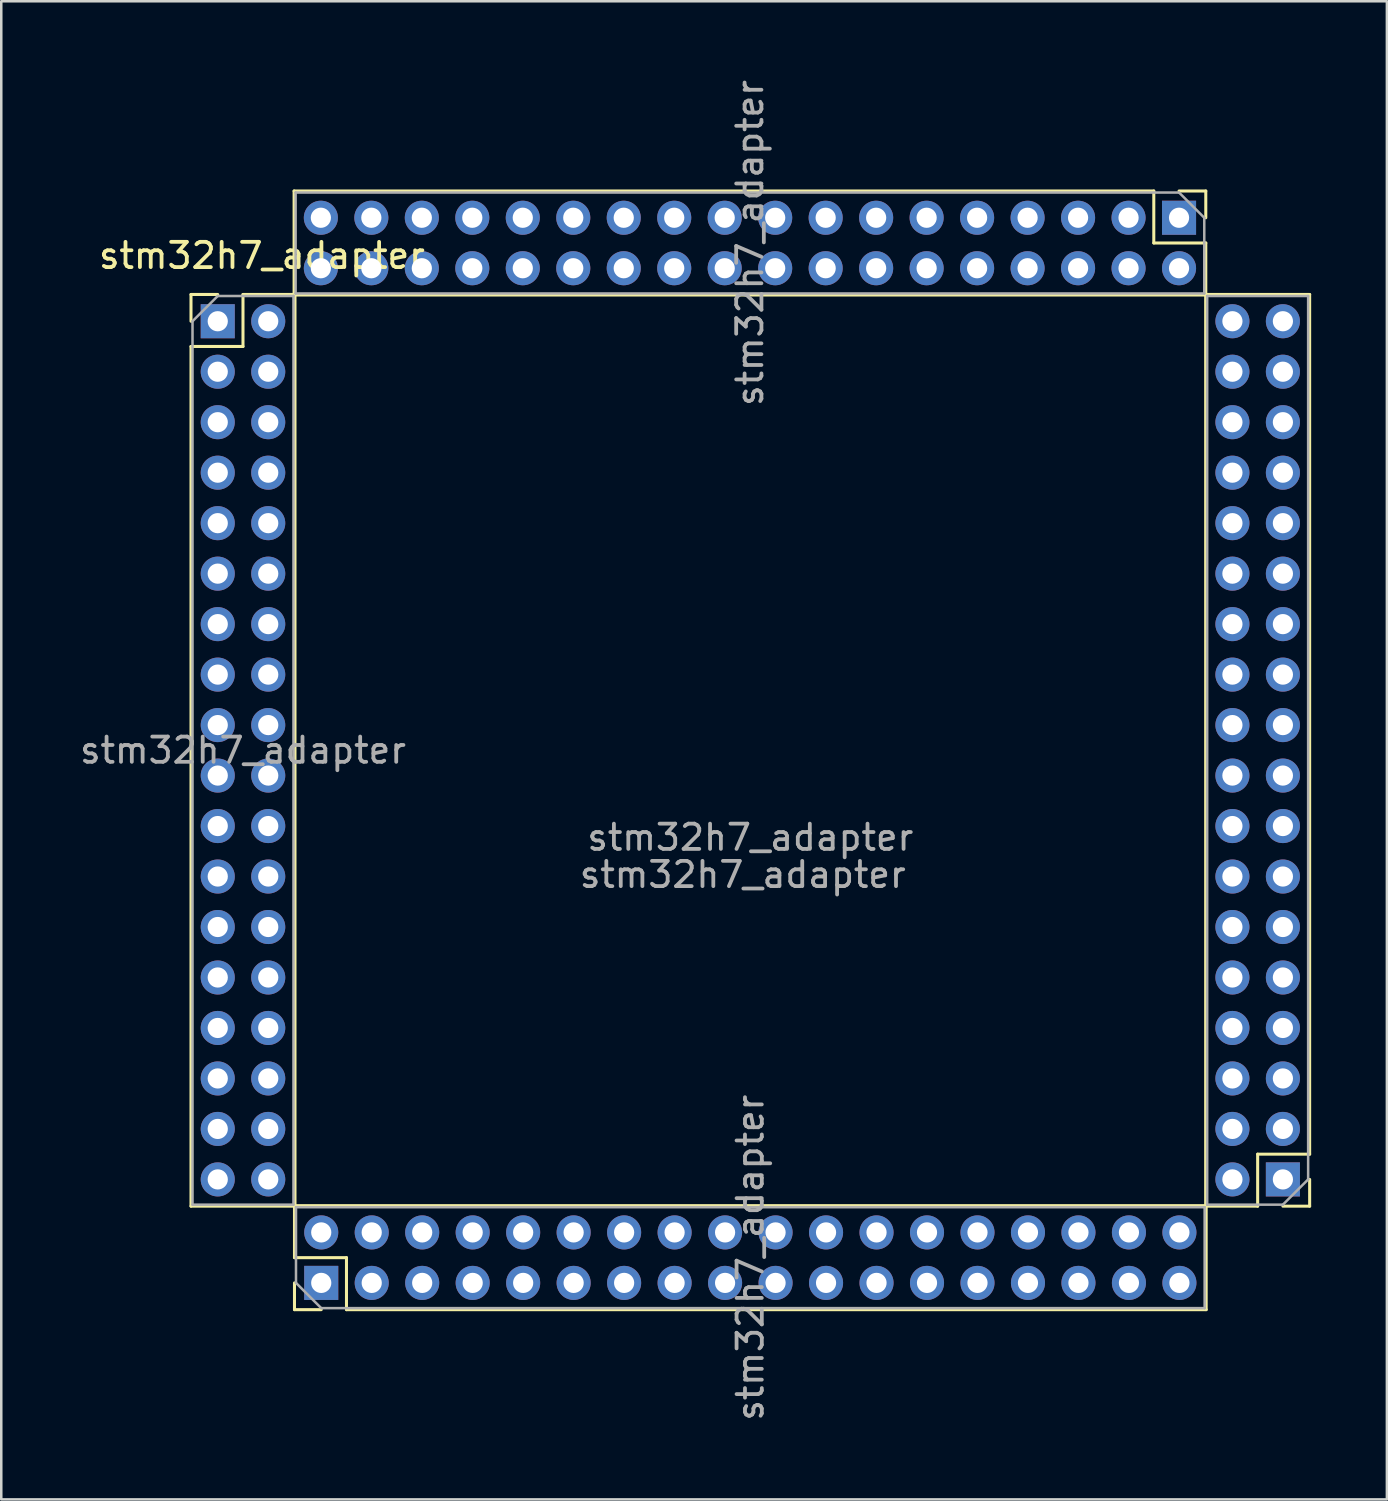
<source format=kicad_pcb>
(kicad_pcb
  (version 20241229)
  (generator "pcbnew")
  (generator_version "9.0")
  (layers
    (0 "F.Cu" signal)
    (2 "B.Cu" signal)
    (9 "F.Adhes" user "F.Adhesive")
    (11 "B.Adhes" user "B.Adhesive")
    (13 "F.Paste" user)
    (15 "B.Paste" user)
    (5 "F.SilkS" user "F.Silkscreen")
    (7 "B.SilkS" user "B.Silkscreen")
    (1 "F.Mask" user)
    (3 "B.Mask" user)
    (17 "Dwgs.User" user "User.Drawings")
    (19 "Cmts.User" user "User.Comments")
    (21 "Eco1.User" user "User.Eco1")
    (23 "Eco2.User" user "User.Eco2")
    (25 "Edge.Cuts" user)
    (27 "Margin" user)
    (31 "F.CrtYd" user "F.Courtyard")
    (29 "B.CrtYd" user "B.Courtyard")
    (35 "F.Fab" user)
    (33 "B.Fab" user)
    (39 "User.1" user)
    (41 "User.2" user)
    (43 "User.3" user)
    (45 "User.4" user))
  (footprint "stm32h7_adapter"
    (layer "F.Cu")
    (at 26.677 27.627)
    (property "Reference" "stm32h7_adapter" (at -19.35 -20.55 0) (unlocked yes) (layer "F.SilkS") (effects (font (size 1 1) (thickness 0.15))))
    (fp_line (start -22.16 -19.01) (end -21.1 -19.01) (stroke (width 0.12) (type solid)) (layer "F.SilkS"))
    (fp_line (start -22.16 -17.95) (end -22.16 -19.01) (stroke (width 0.12) (type solid)) (layer "F.SilkS"))
    (fp_line (start -22.16 -16.95) (end -22.16 17.11) (stroke (width 0.12) (type solid)) (layer "F.SilkS"))
    (fp_line (start -22.16 -16.95) (end -20.1 -16.95) (stroke (width 0.12) (type solid)) (layer "F.SilkS"))
    (fp_line (start -22.16 17.11) (end -18.04 17.11) (stroke (width 0.12) (type solid)) (layer "F.SilkS"))
    (fp_line (start -20.1 -19.01) (end -18.04 -19.01) (stroke (width 0.12) (type solid)) (layer "F.SilkS"))
    (fp_line (start -20.1 -16.95) (end -20.1 -19.01) (stroke (width 0.12) (type solid)) (layer "F.SilkS"))
    (fp_line (start -18.075 -23.11) (end -18.075 -18.99) (stroke (width 0.12) (type solid)) (layer "F.SilkS"))
    (fp_line (start -18.06 17.09) (end 18.06 17.09) (stroke (width 0.12) (type solid)) (layer "F.SilkS"))
    (fp_line (start -18.06 19.15) (end -18.06 17.09) (stroke (width 0.12) (type solid)) (layer "F.SilkS"))
    (fp_line (start -18.06 21.21) (end -18.06 20.15) (stroke (width 0.12) (type solid)) (layer "F.SilkS"))
    (fp_line (start -18.04 -19.01) (end -18.04 17.11) (stroke (width 0.12) (type solid)) (layer "F.SilkS"))
    (fp_line (start -17 21.21) (end -18.06 21.21) (stroke (width 0.12) (type solid)) (layer "F.SilkS"))
    (fp_line (start -16 19.15) (end -18.06 19.15) (stroke (width 0.12) (type solid)) (layer "F.SilkS"))
    (fp_line (start -16 21.21) (end -16 19.15) (stroke (width 0.12) (type solid)) (layer "F.SilkS"))
    (fp_line (start -16 21.21) (end 18.06 21.21) (stroke (width 0.12) (type solid)) (layer "F.SilkS"))
    (fp_line (start 15.985 -23.11) (end -18.075 -23.11) (stroke (width 0.12) (type solid)) (layer "F.SilkS"))
    (fp_line (start 15.985 -23.11) (end 15.985 -21.05) (stroke (width 0.12) (type solid)) (layer "F.SilkS"))
    (fp_line (start 15.985 -21.05) (end 18.045 -21.05) (stroke (width 0.12) (type solid)) (layer "F.SilkS"))
    (fp_line (start 16.985 -23.11) (end 18.045 -23.11) (stroke (width 0.12) (type solid)) (layer "F.SilkS"))
    (fp_line (start 18.04 17.11) (end 18.04 -19.01) (stroke (width 0.12) (type solid)) (layer "F.SilkS"))
    (fp_line (start 18.045 -23.11) (end 18.045 -22.05) (stroke (width 0.12) (type solid)) (layer "F.SilkS"))
    (fp_line (start 18.045 -21.05) (end 18.045 -18.99) (stroke (width 0.12) (type solid)) (layer "F.SilkS"))
    (fp_line (start 18.045 -18.99) (end -18.075 -18.99) (stroke (width 0.12) (type solid)) (layer "F.SilkS"))
    (fp_line (start 18.06 21.21) (end 18.06 17.09) (stroke (width 0.12) (type solid)) (layer "F.SilkS"))
    (fp_line (start 20.1 15.05) (end 20.1 17.11) (stroke (width 0.12) (type solid)) (layer "F.SilkS"))
    (fp_line (start 20.1 17.11) (end 18.04 17.11) (stroke (width 0.12) (type solid)) (layer "F.SilkS"))
    (fp_line (start 22.16 -19.01) (end 18.04 -19.01) (stroke (width 0.12) (type solid)) (layer "F.SilkS"))
    (fp_line (start 22.16 15.05) (end 20.1 15.05) (stroke (width 0.12) (type solid)) (layer "F.SilkS"))
    (fp_line (start 22.16 15.05) (end 22.16 -19.01) (stroke (width 0.12) (type solid)) (layer "F.SilkS"))
    (fp_line (start 22.16 16.05) (end 22.16 17.11) (stroke (width 0.12) (type solid)) (layer "F.SilkS"))
    (fp_line (start 22.16 17.11) (end 21.1 17.11) (stroke (width 0.12) (type solid)) (layer "F.SilkS"))
    (fp_line (start -22.1 -17.95) (end -21.1 -18.95) (stroke (width 0.1) (type solid)) (layer "F.Fab"))
    (fp_line (start -22.1 17.05) (end -22.1 -17.95) (stroke (width 0.1) (type solid)) (layer "F.Fab"))
    (fp_line (start -21.1 -18.95) (end -18.1 -18.95) (stroke (width 0.1) (type solid)) (layer "F.Fab"))
    (fp_line (start -18.1 -18.95) (end -18.1 17.05) (stroke (width 0.1) (type solid)) (layer "F.Fab"))
    (fp_line (start -18.1 17.05) (end -22.1 17.05) (stroke (width 0.1) (type solid)) (layer "F.Fab"))
    (fp_line (start -18.015 -23.05) (end 16.985 -23.05) (stroke (width 0.1) (type solid)) (layer "F.Fab"))
    (fp_line (start -18.015 -19.05) (end -18.015 -23.05) (stroke (width 0.1) (type solid)) (layer "F.Fab"))
    (fp_line (start -18 17.15) (end 18 17.15) (stroke (width 0.1) (type solid)) (layer "F.Fab"))
    (fp_line (start -18 20.15) (end -18 17.15) (stroke (width 0.1) (type solid)) (layer "F.Fab"))
    (fp_line (start -17 21.15) (end -18 20.15) (stroke (width 0.1) (type solid)) (layer "F.Fab"))
    (fp_line (start 16.985 -23.05) (end 17.985 -22.05) (stroke (width 0.1) (type solid)) (layer "F.Fab"))
    (fp_line (start 17.985 -22.05) (end 17.985 -19.05) (stroke (width 0.1) (type solid)) (layer "F.Fab"))
    (fp_line (start 17.985 -19.05) (end -18.015 -19.05) (stroke (width 0.1) (type solid)) (layer "F.Fab"))
    (fp_line (start 18 17.15) (end 18 21.15) (stroke (width 0.1) (type solid)) (layer "F.Fab"))
    (fp_line (start 18 21.15) (end -17 21.15) (stroke (width 0.1) (type solid)) (layer "F.Fab"))
    (fp_line (start 18.1 -18.95) (end 22.1 -18.95) (stroke (width 0.1) (type solid)) (layer "F.Fab"))
    (fp_line (start 18.1 17.05) (end 18.1 -18.95) (stroke (width 0.1) (type solid)) (layer "F.Fab"))
    (fp_line (start 21.1 17.05) (end 18.1 17.05) (stroke (width 0.1) (type solid)) (layer "F.Fab"))
    (fp_line (start 22.1 -18.95) (end 22.1 16.05) (stroke (width 0.1) (type solid)) (layer "F.Fab"))
    (fp_line (start 22.1 16.05) (end 21.1 17.05) (stroke (width 0.1) (type solid)) (layer "F.Fab"))
    (fp_text user "${REFERENCE}" (at 0 19.15 90) (layer "F.Fab") (effects (font (size 1 1) (thickness 0.15))))
    (fp_text user "${REFERENCE}" (at -0.3 3.975 180) (layer "F.Fab") (effects (font (size 1 1) (thickness 0.15))))
    (fp_text user "${REFERENCE}" (at 0 2.5 0) (unlocked yes) (layer "F.Fab") (effects (font (size 1 1) (thickness 0.15))))
    (fp_text user "${REFERENCE}" (at -20.1 -0.95 0) (layer "F.Fab") (effects (font (size 1 1) (thickness 0.15))))
    (fp_text user "${REFERENCE}" (at -0.015 -21.05 270) (layer "F.Fab") (effects (font (size 1 1) (thickness 0.15))))
    (pad "1" thru_hole rect (at -21.1 -17.95) (size 1.35 1.35) (drill 0.8) (layers "*.Cu" "*.Mask"))
    (pad "2" thru_hole oval (at -19.1 -17.95) (size 1.35 1.35) (drill 0.8) (layers "*.Cu" "*.Mask"))
    (pad "3" thru_hole oval (at -21.1 -15.95) (size 1.35 1.35) (drill 0.8) (layers "*.Cu" "*.Mask"))
    (pad "4" thru_hole oval (at -19.1 -15.95) (size 1.35 1.35) (drill 0.8) (layers "*.Cu" "*.Mask"))
    (pad "5" thru_hole oval (at -21.1 -13.95) (size 1.35 1.35) (drill 0.8) (layers "*.Cu" "*.Mask"))
    (pad "6" thru_hole oval (at -19.1 -13.95) (size 1.35 1.35) (drill 0.8) (layers "*.Cu" "*.Mask"))
    (pad "7" thru_hole oval (at -21.1 -11.95) (size 1.35 1.35) (drill 0.8) (layers "*.Cu" "*.Mask"))
    (pad "8" thru_hole oval (at -19.1 -11.95) (size 1.35 1.35) (drill 0.8) (layers "*.Cu" "*.Mask"))
    (pad "9" thru_hole oval (at -21.1 -9.95) (size 1.35 1.35) (drill 0.8) (layers "*.Cu" "*.Mask"))
    (pad "10" thru_hole oval (at -19.1 -9.95) (size 1.35 1.35) (drill 0.8) (layers "*.Cu" "*.Mask"))
    (pad "11" thru_hole oval (at -21.1 -7.95) (size 1.35 1.35) (drill 0.8) (layers "*.Cu" "*.Mask"))
    (pad "12" thru_hole oval (at -19.1 -7.95) (size 1.35 1.35) (drill 0.8) (layers "*.Cu" "*.Mask"))
    (pad "13" thru_hole oval (at -21.1 -5.95) (size 1.35 1.35) (drill 0.8) (layers "*.Cu" "*.Mask"))
    (pad "14" thru_hole oval (at -19.1 -5.95) (size 1.35 1.35) (drill 0.8) (layers "*.Cu" "*.Mask"))
    (pad "15" thru_hole oval (at -21.1 -3.95) (size 1.35 1.35) (drill 0.8) (layers "*.Cu" "*.Mask"))
    (pad "16" thru_hole oval (at -19.1 -3.95) (size 1.35 1.35) (drill 0.8) (layers "*.Cu" "*.Mask"))
    (pad "17" thru_hole oval (at -21.1 -1.95) (size 1.35 1.35) (drill 0.8) (layers "*.Cu" "*.Mask"))
    (pad "18" thru_hole oval (at -19.1 -1.95) (size 1.35 1.35) (drill 0.8) (layers "*.Cu" "*.Mask"))
    (pad "19" thru_hole oval (at -21.1 0.05) (size 1.35 1.35) (drill 0.8) (layers "*.Cu" "*.Mask"))
    (pad "20" thru_hole oval (at -19.1 0.05) (size 1.35 1.35) (drill 0.8) (layers "*.Cu" "*.Mask"))
    (pad "21" thru_hole oval (at -21.1 2.05) (size 1.35 1.35) (drill 0.8) (layers "*.Cu" "*.Mask"))
    (pad "22" thru_hole oval (at -19.1 2.05) (size 1.35 1.35) (drill 0.8) (layers "*.Cu" "*.Mask"))
    (pad "23" thru_hole oval (at -21.1 4.05) (size 1.35 1.35) (drill 0.8) (layers "*.Cu" "*.Mask"))
    (pad "24" thru_hole oval (at -19.1 4.05) (size 1.35 1.35) (drill 0.8) (layers "*.Cu" "*.Mask"))
    (pad "25" thru_hole oval (at -21.1 6.05) (size 1.35 1.35) (drill 0.8) (layers "*.Cu" "*.Mask"))
    (pad "26" thru_hole oval (at -19.1 6.05) (size 1.35 1.35) (drill 0.8) (layers "*.Cu" "*.Mask"))
    (pad "27" thru_hole oval (at -21.1 8.05) (size 1.35 1.35) (drill 0.8) (layers "*.Cu" "*.Mask"))
    (pad "28" thru_hole oval (at -19.1 8.05) (size 1.35 1.35) (drill 0.8) (layers "*.Cu" "*.Mask"))
    (pad "29" thru_hole oval (at -21.1 10.05) (size 1.35 1.35) (drill 0.8) (layers "*.Cu" "*.Mask"))
    (pad "30" thru_hole oval (at -19.1 10.05) (size 1.35 1.35) (drill 0.8) (layers "*.Cu" "*.Mask"))
    (pad "31" thru_hole oval (at -21.1 12.05) (size 1.35 1.35) (drill 0.8) (layers "*.Cu" "*.Mask"))
    (pad "32" thru_hole oval (at -19.1 12.05) (size 1.35 1.35) (drill 0.8) (layers "*.Cu" "*.Mask"))
    (pad "33" thru_hole oval (at -21.1 14.05) (size 1.35 1.35) (drill 0.8) (layers "*.Cu" "*.Mask"))
    (pad "34" thru_hole oval (at -19.1 14.05) (size 1.35 1.35) (drill 0.8) (layers "*.Cu" "*.Mask"))
    (pad "35" thru_hole oval (at -21.1 16.05) (size 1.35 1.35) (drill 0.8) (layers "*.Cu" "*.Mask"))
    (pad "36" thru_hole oval (at -19.1 16.05) (size 1.35 1.35) (drill 0.8) (layers "*.Cu" "*.Mask"))
    (pad "37" thru_hole rect (at -17 20.15 90) (size 1.35 1.35) (drill 0.8) (layers "*.Cu" "*.Mask"))
    (pad "38" thru_hole oval (at -17 18.15 90) (size 1.35 1.35) (drill 0.8) (layers "*.Cu" "*.Mask"))
    (pad "39" thru_hole oval (at -15 20.15 90) (size 1.35 1.35) (drill 0.8) (layers "*.Cu" "*.Mask"))
    (pad "40" thru_hole oval (at -15 18.15 90) (size 1.35 1.35) (drill 0.8) (layers "*.Cu" "*.Mask"))
    (pad "41" thru_hole oval (at -13 20.15 90) (size 1.35 1.35) (drill 0.8) (layers "*.Cu" "*.Mask"))
    (pad "42" thru_hole oval (at -13 18.15 90) (size 1.35 1.35) (drill 0.8) (layers "*.Cu" "*.Mask"))
    (pad "43" thru_hole oval (at -11 20.15 90) (size 1.35 1.35) (drill 0.8) (layers "*.Cu" "*.Mask"))
    (pad "44" thru_hole oval (at -11 18.15 90) (size 1.35 1.35) (drill 0.8) (layers "*.Cu" "*.Mask"))
    (pad "45" thru_hole oval (at -9 20.15 90) (size 1.35 1.35) (drill 0.8) (layers "*.Cu" "*.Mask"))
    (pad "46" thru_hole oval (at -9 18.15 90) (size 1.35 1.35) (drill 0.8) (layers "*.Cu" "*.Mask"))
    (pad "47" thru_hole oval (at -7 20.15 90) (size 1.35 1.35) (drill 0.8) (layers "*.Cu" "*.Mask"))
    (pad "48" thru_hole oval (at -7 18.15 90) (size 1.35 1.35) (drill 0.8) (layers "*.Cu" "*.Mask"))
    (pad "49" thru_hole oval (at -5 20.15 90) (size 1.35 1.35) (drill 0.8) (layers "*.Cu" "*.Mask"))
    (pad "50" thru_hole oval (at -5 18.15 90) (size 1.35 1.35) (drill 0.8) (layers "*.Cu" "*.Mask"))
    (pad "51" thru_hole oval (at -3 20.15 90) (size 1.35 1.35) (drill 0.8) (layers "*.Cu" "*.Mask"))
    (pad "52" thru_hole oval (at -3 18.15 90) (size 1.35 1.35) (drill 0.8) (layers "*.Cu" "*.Mask"))
    (pad "53" thru_hole oval (at -1 20.15 90) (size 1.35 1.35) (drill 0.8) (layers "*.Cu" "*.Mask"))
    (pad "54" thru_hole oval (at -1 18.15 90) (size 1.35 1.35) (drill 0.8) (layers "*.Cu" "*.Mask"))
    (pad "55" thru_hole oval (at 1 20.15 90) (size 1.35 1.35) (drill 0.8) (layers "*.Cu" "*.Mask"))
    (pad "56" thru_hole oval (at 1 18.15 90) (size 1.35 1.35) (drill 0.8) (layers "*.Cu" "*.Mask"))
    (pad "57" thru_hole oval (at 3 20.15 90) (size 1.35 1.35) (drill 0.8) (layers "*.Cu" "*.Mask"))
    (pad "58" thru_hole oval (at 3 18.15 90) (size 1.35 1.35) (drill 0.8) (layers "*.Cu" "*.Mask"))
    (pad "59" thru_hole oval (at 5 20.15 90) (size 1.35 1.35) (drill 0.8) (layers "*.Cu" "*.Mask"))
    (pad "60" thru_hole oval (at 5 18.15 90) (size 1.35 1.35) (drill 0.8) (layers "*.Cu" "*.Mask"))
    (pad "61" thru_hole oval (at 7 20.15 90) (size 1.35 1.35) (drill 0.8) (layers "*.Cu" "*.Mask"))
    (pad "62" thru_hole oval (at 7 18.15 90) (size 1.35 1.35) (drill 0.8) (layers "*.Cu" "*.Mask"))
    (pad "63" thru_hole oval (at 9 20.15 90) (size 1.35 1.35) (drill 0.8) (layers "*.Cu" "*.Mask"))
    (pad "64" thru_hole oval (at 9 18.15 90) (size 1.35 1.35) (drill 0.8) (layers "*.Cu" "*.Mask"))
    (pad "65" thru_hole oval (at 11 20.15 90) (size 1.35 1.35) (drill 0.8) (layers "*.Cu" "*.Mask"))
    (pad "66" thru_hole oval (at 11 18.15 90) (size 1.35 1.35) (drill 0.8) (layers "*.Cu" "*.Mask"))
    (pad "67" thru_hole oval (at 13 20.15 90) (size 1.35 1.35) (drill 0.8) (layers "*.Cu" "*.Mask"))
    (pad "68" thru_hole oval (at 13 18.15 90) (size 1.35 1.35) (drill 0.8) (layers "*.Cu" "*.Mask"))
    (pad "69" thru_hole oval (at 15 20.15 90) (size 1.35 1.35) (drill 0.8) (layers "*.Cu" "*.Mask"))
    (pad "70" thru_hole oval (at 15 18.15 90) (size 1.35 1.35) (drill 0.8) (layers "*.Cu" "*.Mask"))
    (pad "71" thru_hole oval (at 17 20.15 90) (size 1.35 1.35) (drill 0.8) (layers "*.Cu" "*.Mask"))
    (pad "72" thru_hole oval (at 17 18.15 90) (size 1.35 1.35) (drill 0.8) (layers "*.Cu" "*.Mask"))
    (pad "73" thru_hole rect (at 21.1 16.05 180) (size 1.35 1.35) (drill 0.8) (layers "*.Cu" "*.Mask"))
    (pad "74" thru_hole oval (at 19.1 16.05 180) (size 1.35 1.35) (drill 0.8) (layers "*.Cu" "*.Mask"))
    (pad "75" thru_hole oval (at 21.1 14.05 180) (size 1.35 1.35) (drill 0.8) (layers "*.Cu" "*.Mask"))
    (pad "76" thru_hole oval (at 19.1 14.05 180) (size 1.35 1.35) (drill 0.8) (layers "*.Cu" "*.Mask"))
    (pad "77" thru_hole oval (at 21.1 12.05 180) (size 1.35 1.35) (drill 0.8) (layers "*.Cu" "*.Mask"))
    (pad "78" thru_hole oval (at 19.1 12.05 180) (size 1.35 1.35) (drill 0.8) (layers "*.Cu" "*.Mask"))
    (pad "79" thru_hole oval (at 21.1 10.05 180) (size 1.35 1.35) (drill 0.8) (layers "*.Cu" "*.Mask"))
    (pad "80" thru_hole oval (at 19.1 10.05 180) (size 1.35 1.35) (drill 0.8) (layers "*.Cu" "*.Mask"))
    (pad "81" thru_hole oval (at 21.1 8.05 180) (size 1.35 1.35) (drill 0.8) (layers "*.Cu" "*.Mask"))
    (pad "82" thru_hole oval (at 19.1 8.05 180) (size 1.35 1.35) (drill 0.8) (layers "*.Cu" "*.Mask"))
    (pad "83" thru_hole oval (at 21.1 6.05 180) (size 1.35 1.35) (drill 0.8) (layers "*.Cu" "*.Mask"))
    (pad "84" thru_hole oval (at 19.1 6.05 180) (size 1.35 1.35) (drill 0.8) (layers "*.Cu" "*.Mask"))
    (pad "85" thru_hole oval (at 21.1 4.05 180) (size 1.35 1.35) (drill 0.8) (layers "*.Cu" "*.Mask"))
    (pad "86" thru_hole oval (at 19.1 4.05 180) (size 1.35 1.35) (drill 0.8) (layers "*.Cu" "*.Mask"))
    (pad "87" thru_hole oval (at 21.1 2.05 180) (size 1.35 1.35) (drill 0.8) (layers "*.Cu" "*.Mask"))
    (pad "88" thru_hole oval (at 19.1 2.05 180) (size 1.35 1.35) (drill 0.8) (layers "*.Cu" "*.Mask"))
    (pad "89" thru_hole oval (at 21.1 0.05 180) (size 1.35 1.35) (drill 0.8) (layers "*.Cu" "*.Mask"))
    (pad "90" thru_hole oval (at 19.1 0.05 180) (size 1.35 1.35) (drill 0.8) (layers "*.Cu" "*.Mask"))
    (pad "91" thru_hole oval (at 21.1 -1.95 180) (size 1.35 1.35) (drill 0.8) (layers "*.Cu" "*.Mask"))
    (pad "92" thru_hole oval (at 19.1 -1.95 180) (size 1.35 1.35) (drill 0.8) (layers "*.Cu" "*.Mask"))
    (pad "93" thru_hole oval (at 21.1 -3.95 180) (size 1.35 1.35) (drill 0.8) (layers "*.Cu" "*.Mask"))
    (pad "94" thru_hole oval (at 19.1 -3.95 180) (size 1.35 1.35) (drill 0.8) (layers "*.Cu" "*.Mask"))
    (pad "95" thru_hole oval (at 21.1 -5.95 180) (size 1.35 1.35) (drill 0.8) (layers "*.Cu" "*.Mask"))
    (pad "96" thru_hole oval (at 19.1 -5.95 180) (size 1.35 1.35) (drill 0.8) (layers "*.Cu" "*.Mask"))
    (pad "97" thru_hole oval (at 21.1 -7.95 180) (size 1.35 1.35) (drill 0.8) (layers "*.Cu" "*.Mask"))
    (pad "98" thru_hole oval (at 19.1 -7.95 180) (size 1.35 1.35) (drill 0.8) (layers "*.Cu" "*.Mask"))
    (pad "99" thru_hole oval (at 21.1 -9.95 180) (size 1.35 1.35) (drill 0.8) (layers "*.Cu" "*.Mask"))
    (pad "100" thru_hole oval (at 19.1 -9.95 180) (size 1.35 1.35) (drill 0.8) (layers "*.Cu" "*.Mask"))
    (pad "101" thru_hole oval (at 21.1 -11.95 180) (size 1.35 1.35) (drill 0.8) (layers "*.Cu" "*.Mask"))
    (pad "102" thru_hole oval (at 19.1 -11.95 180) (size 1.35 1.35) (drill 0.8) (layers "*.Cu" "*.Mask"))
    (pad "103" thru_hole oval (at 21.1 -13.95 180) (size 1.35 1.35) (drill 0.8) (layers "*.Cu" "*.Mask"))
    (pad "104" thru_hole oval (at 19.1 -13.95 180) (size 1.35 1.35) (drill 0.8) (layers "*.Cu" "*.Mask"))
    (pad "105" thru_hole oval (at 21.1 -15.95 180) (size 1.35 1.35) (drill 0.8) (layers "*.Cu" "*.Mask"))
    (pad "106" thru_hole oval (at 19.1 -15.95 180) (size 1.35 1.35) (drill 0.8) (layers "*.Cu" "*.Mask"))
    (pad "107" thru_hole oval (at 21.1 -17.95 180) (size 1.35 1.35) (drill 0.8) (layers "*.Cu" "*.Mask"))
    (pad "108" thru_hole oval (at 19.1 -17.95 180) (size 1.35 1.35) (drill 0.8) (layers "*.Cu" "*.Mask"))
    (pad "109" thru_hole rect (at 16.985 -22.05 270) (size 1.35 1.35) (drill 0.8) (layers "*.Cu" "*.Mask"))
    (pad "110" thru_hole oval (at 16.985 -20.05 270) (size 1.35 1.35) (drill 0.8) (layers "*.Cu" "*.Mask"))
    (pad "111" thru_hole oval (at 14.985 -22.05 270) (size 1.35 1.35) (drill 0.8) (layers "*.Cu" "*.Mask"))
    (pad "112" thru_hole oval (at 14.985 -20.05 270) (size 1.35 1.35) (drill 0.8) (layers "*.Cu" "*.Mask"))
    (pad "113" thru_hole oval (at 12.985 -22.05 270) (size 1.35 1.35) (drill 0.8) (layers "*.Cu" "*.Mask"))
    (pad "114" thru_hole oval (at 12.985 -20.05 270) (size 1.35 1.35) (drill 0.8) (layers "*.Cu" "*.Mask"))
    (pad "115" thru_hole oval (at 10.985 -22.05 270) (size 1.35 1.35) (drill 0.8) (layers "*.Cu" "*.Mask"))
    (pad "116" thru_hole oval (at 10.985 -20.05 270) (size 1.35 1.35) (drill 0.8) (layers "*.Cu" "*.Mask"))
    (pad "117" thru_hole oval (at 8.985 -22.05 270) (size 1.35 1.35) (drill 0.8) (layers "*.Cu" "*.Mask"))
    (pad "118" thru_hole oval (at 8.985 -20.05 270) (size 1.35 1.35) (drill 0.8) (layers "*.Cu" "*.Mask"))
    (pad "119" thru_hole oval (at 6.985 -22.05 270) (size 1.35 1.35) (drill 0.8) (layers "*.Cu" "*.Mask"))
    (pad "120" thru_hole oval (at 6.985 -20.05 270) (size 1.35 1.35) (drill 0.8) (layers "*.Cu" "*.Mask"))
    (pad "121" thru_hole oval (at 4.985 -22.05 270) (size 1.35 1.35) (drill 0.8) (layers "*.Cu" "*.Mask"))
    (pad "122" thru_hole oval (at 4.985 -20.05 270) (size 1.35 1.35) (drill 0.8) (layers "*.Cu" "*.Mask"))
    (pad "123" thru_hole oval (at 2.985 -22.05 270) (size 1.35 1.35) (drill 0.8) (layers "*.Cu" "*.Mask"))
    (pad "124" thru_hole oval (at 2.985 -20.05 270) (size 1.35 1.35) (drill 0.8) (layers "*.Cu" "*.Mask"))
    (pad "125" thru_hole oval (at 0.985 -22.05 270) (size 1.35 1.35) (drill 0.8) (layers "*.Cu" "*.Mask"))
    (pad "126" thru_hole oval (at 0.985 -20.05 270) (size 1.35 1.35) (drill 0.8) (layers "*.Cu" "*.Mask"))
    (pad "127" thru_hole oval (at -1.015 -22.05 270) (size 1.35 1.35) (drill 0.8) (layers "*.Cu" "*.Mask"))
    (pad "128" thru_hole oval (at -1.015 -20.05 270) (size 1.35 1.35) (drill 0.8) (layers "*.Cu" "*.Mask"))
    (pad "129" thru_hole oval (at -3.015 -22.05 270) (size 1.35 1.35) (drill 0.8) (layers "*.Cu" "*.Mask"))
    (pad "130" thru_hole oval (at -3.015 -20.05 270) (size 1.35 1.35) (drill 0.8) (layers "*.Cu" "*.Mask"))
    (pad "131" thru_hole oval (at -5.015 -22.05 270) (size 1.35 1.35) (drill 0.8) (layers "*.Cu" "*.Mask"))
    (pad "132" thru_hole oval (at -5.015 -20.05 270) (size 1.35 1.35) (drill 0.8) (layers "*.Cu" "*.Mask"))
    (pad "133" thru_hole oval (at -7.015 -22.05 270) (size 1.35 1.35) (drill 0.8) (layers "*.Cu" "*.Mask"))
    (pad "134" thru_hole oval (at -7.015 -20.05 270) (size 1.35 1.35) (drill 0.8) (layers "*.Cu" "*.Mask"))
    (pad "135" thru_hole oval (at -9.015 -22.05 270) (size 1.35 1.35) (drill 0.8) (layers "*.Cu" "*.Mask"))
    (pad "136" thru_hole oval (at -9.015 -20.05 270) (size 1.35 1.35) (drill 0.8) (layers "*.Cu" "*.Mask"))
    (pad "137" thru_hole oval (at -11.015 -22.05 270) (size 1.35 1.35) (drill 0.8) (layers "*.Cu" "*.Mask"))
    (pad "138" thru_hole oval (at -11.015 -20.05 270) (size 1.35 1.35) (drill 0.8) (layers "*.Cu" "*.Mask"))
    (pad "139" thru_hole oval (at -13.015 -22.05 270) (size 1.35 1.35) (drill 0.8) (layers "*.Cu" "*.Mask"))
    (pad "140" thru_hole oval (at -13.015 -20.05 270) (size 1.35 1.35) (drill 0.8) (layers "*.Cu" "*.Mask"))
    (pad "141" thru_hole oval (at -15.015 -22.05 270) (size 1.35 1.35) (drill 0.8) (layers "*.Cu" "*.Mask"))
    (pad "142" thru_hole oval (at -15.015 -20.05 270) (size 1.35 1.35) (drill 0.8) (layers "*.Cu" "*.Mask"))
    (pad "143" thru_hole oval (at -17.015 -22.05 270) (size 1.35 1.35) (drill 0.8) (layers "*.Cu" "*.Mask"))
    (pad "144" thru_hole oval (at -17.015 -20.05 270) (size 1.35 1.35) (drill 0.8) (layers "*.Cu" "*.Mask")))
  (gr_rect
    (start -3 -3)
    (end 51.897 56.355)
    (stroke (width 0.1) (type default))
    (fill no)
    (layer "Edge.Cuts")))
</source>
